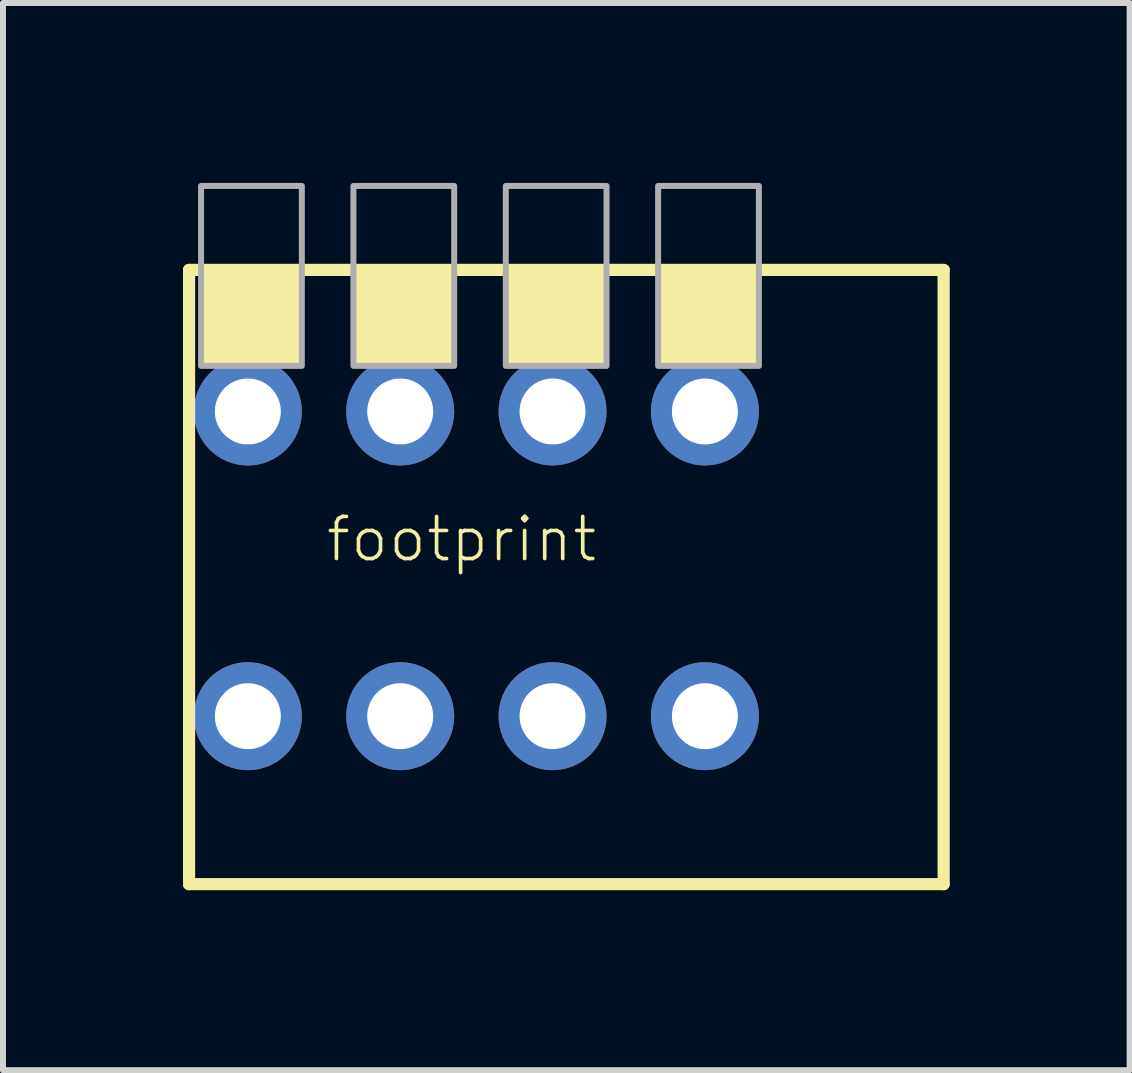
<source format=kicad_pcb>
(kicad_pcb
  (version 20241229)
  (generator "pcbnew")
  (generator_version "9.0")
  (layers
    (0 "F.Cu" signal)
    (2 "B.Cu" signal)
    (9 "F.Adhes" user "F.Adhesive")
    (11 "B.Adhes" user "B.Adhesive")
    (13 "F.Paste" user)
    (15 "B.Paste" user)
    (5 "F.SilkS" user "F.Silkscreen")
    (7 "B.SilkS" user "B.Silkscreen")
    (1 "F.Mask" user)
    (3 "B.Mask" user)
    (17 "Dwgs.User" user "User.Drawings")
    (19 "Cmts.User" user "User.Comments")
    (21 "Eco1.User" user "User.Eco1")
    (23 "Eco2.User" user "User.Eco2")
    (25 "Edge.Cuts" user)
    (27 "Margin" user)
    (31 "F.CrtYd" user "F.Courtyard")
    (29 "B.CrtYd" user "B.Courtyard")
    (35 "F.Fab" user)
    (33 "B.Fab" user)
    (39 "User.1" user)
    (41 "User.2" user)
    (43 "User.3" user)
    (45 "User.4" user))
  (footprint "footprint"
    (layer "F.Cu")
    (at 1.082 6.35)
    (property "Reference" "footprint" (at 1.27 0 0) (layer "F.SilkS") (effects (font (size 0.701 0.701) (thickness 0.061)) (justify left bottom)))
    (fp_line (start -0.98 -4.9) (end 11.6 -4.9) (stroke (width 0.203) (type solid)) (layer "F.SilkS"))
    (fp_line (start -0.98 5.34) (end -0.98 -4.9) (stroke (width 0.203) (type solid)) (layer "F.SilkS"))
    (fp_line (start 11.6 -4.9) (end 11.6 5.34) (stroke (width 0.203) (type solid)) (layer "F.SilkS"))
    (fp_line (start 11.6 5.34) (end -0.98 5.34) (stroke (width 0.203) (type solid)) (layer "F.SilkS"))
    (fp_poly (pts (xy 0.9 -4.903) (xy -0.78 -4.903) (xy -0.78 -3.3) (xy 0.9 -3.3)) (stroke (width 0) (type solid)) (fill yes) (layer "F.SilkS"))
    (fp_poly (pts (xy 3.44 -4.903) (xy 1.76 -4.903) (xy 1.76 -3.3) (xy 3.44 -3.3)) (stroke (width 0) (type solid)) (fill yes) (layer "F.SilkS"))
    (fp_poly (pts (xy 5.98 -4.903) (xy 4.3 -4.903) (xy 4.3 -3.3) (xy 5.98 -3.3)) (stroke (width 0) (type solid)) (fill yes) (layer "F.SilkS"))
    (fp_poly (pts (xy 8.52 -4.903) (xy 6.84 -4.903) (xy 6.84 -3.3) (xy 8.52 -3.3)) (stroke (width 0) (type solid)) (fill yes) (layer "F.SilkS"))
    (fp_poly (pts (xy 0.9 -6.3) (xy -0.78 -6.3) (xy -0.78 -3.3) (xy 0.9 -3.3)) (stroke (width 0.1) (type solid)) (fill no) (layer "F.Fab"))
    (fp_poly (pts (xy 3.44 -6.3) (xy 1.76 -6.3) (xy 1.76 -3.3) (xy 3.44 -3.3)) (stroke (width 0.1) (type solid)) (fill no) (layer "F.Fab"))
    (fp_poly (pts (xy 5.98 -6.3) (xy 4.3 -6.3) (xy 4.3 -3.3) (xy 5.98 -3.3)) (stroke (width 0.1) (type solid)) (fill no) (layer "F.Fab"))
    (fp_poly (pts (xy 8.52 -6.3) (xy 6.84 -6.3) (xy 6.84 -3.3) (xy 8.52 -3.3)) (stroke (width 0.1) (type solid)) (fill no) (layer "F.Fab"))
    (pad "1" thru_hole circle (at 7.62 -2.54 270) (size 1.8 1.8) (drill 1.1) (layers "*.Cu" "*.Mask"))
    (pad "2" thru_hole circle (at 5.08 -2.54 270) (size 1.8 1.8) (drill 1.1) (layers "*.Cu" "*.Mask"))
    (pad "3" thru_hole circle (at 2.54 -2.54 270) (size 1.8 1.8) (drill 1.1) (layers "*.Cu" "*.Mask"))
    (pad "4" thru_hole circle (at 0 -2.54 270) (size 1.8 1.8) (drill 1.1) (layers "*.Cu" "*.Mask"))
    (pad "5" thru_hole circle (at 7.62 2.54 270) (size 1.8 1.8) (drill 1.1) (layers "*.Cu" "*.Mask"))
    (pad "6" thru_hole circle (at 5.08 2.54 270) (size 1.8 1.8) (drill 1.1) (layers "*.Cu" "*.Mask"))
    (pad "7" thru_hole circle (at 2.54 2.54 270) (size 1.8 1.8) (drill 1.1) (layers "*.Cu" "*.Mask"))
    (pad "8" thru_hole circle (at 0 2.54 270) (size 1.8 1.8) (drill 1.1) (layers "*.Cu" "*.Mask")))
  (gr_rect
    (start -3 -3)
    (end 15.783 14.792)
    (stroke (width 0.1) (type default))
    (fill no)
    (layer "Edge.Cuts")))
</source>
